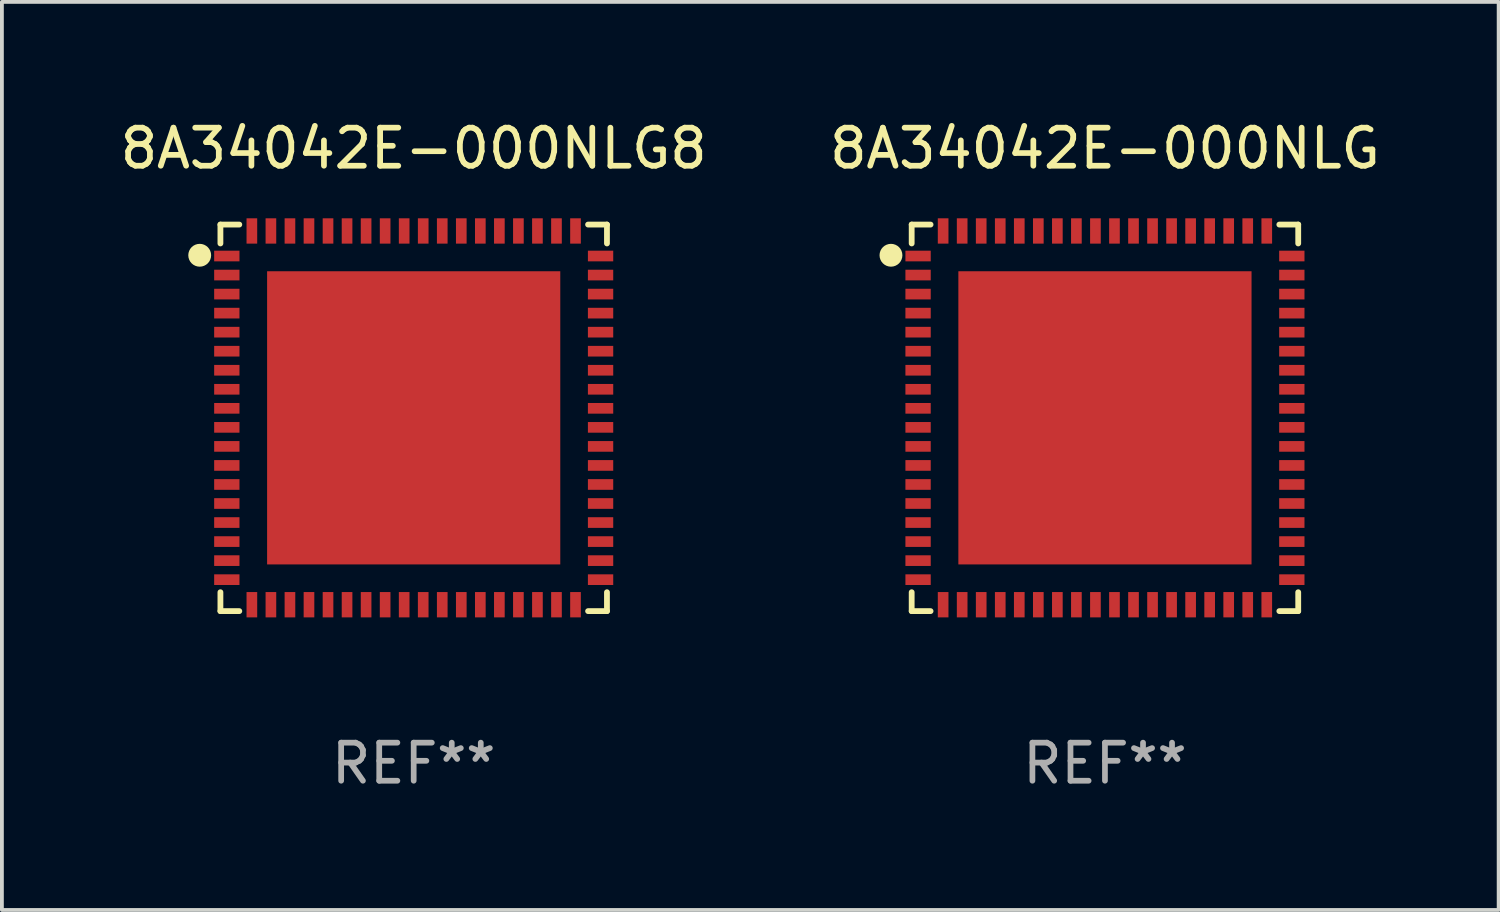
<source format=kicad_pcb>
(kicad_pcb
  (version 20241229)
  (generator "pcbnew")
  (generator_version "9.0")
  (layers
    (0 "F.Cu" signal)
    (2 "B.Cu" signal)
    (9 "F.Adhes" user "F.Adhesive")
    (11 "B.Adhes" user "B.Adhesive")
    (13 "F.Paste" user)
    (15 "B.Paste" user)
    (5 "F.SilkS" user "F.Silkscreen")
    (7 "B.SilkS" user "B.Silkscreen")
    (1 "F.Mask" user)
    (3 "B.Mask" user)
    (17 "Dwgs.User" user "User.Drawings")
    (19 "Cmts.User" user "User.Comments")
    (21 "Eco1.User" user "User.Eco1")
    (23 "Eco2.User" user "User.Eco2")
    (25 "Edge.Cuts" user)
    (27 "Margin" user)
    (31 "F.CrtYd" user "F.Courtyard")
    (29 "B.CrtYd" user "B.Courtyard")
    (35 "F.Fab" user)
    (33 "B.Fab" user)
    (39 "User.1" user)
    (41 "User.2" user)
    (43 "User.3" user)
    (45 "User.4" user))
  (footprint "8A34042E-000NLG8"
    (layer "F.Cu")
    (at 7.815 7.924)
    (property "Reference" "8A34042E-000NLG8" (at 0 -7.076 0) (layer "F.SilkS") (effects (font (size 1 1) (thickness 0.15))))
    (attr through_hole)
    (fp_line (start -5.076 -5.076) (end -5.076 -4.58) (stroke (width 0.152) (type solid)) (layer "F.SilkS"))
    (fp_line (start -5.076 5.076) (end -5.076 4.58) (stroke (width 0.152) (type solid)) (layer "F.SilkS"))
    (fp_line (start -4.58 -5.076) (end -5.076 -5.076) (stroke (width 0.152) (type solid)) (layer "F.SilkS"))
    (fp_line (start -4.58 5.076) (end -5.076 5.076) (stroke (width 0.152) (type solid)) (layer "F.SilkS"))
    (fp_line (start 4.58 -5.076) (end 5.076 -5.076) (stroke (width 0.152) (type solid)) (layer "F.SilkS"))
    (fp_line (start 4.58 5.076) (end 5.076 5.076) (stroke (width 0.152) (type solid)) (layer "F.SilkS"))
    (fp_line (start 5.076 -5.076) (end 5.076 -4.58) (stroke (width 0.152) (type solid)) (layer "F.SilkS"))
    (fp_line (start 5.076 5.076) (end 5.076 4.58) (stroke (width 0.152) (type solid)) (layer "F.SilkS"))
    (fp_circle (center -5.62 -4.27) (end -5.47 -4.27) (stroke (width 0.3) (type solid)) (fill no) (layer "F.SilkS"))
    (fp_text user "REF**" (at 0 9.076 0) (layer "F.Fab") (effects (font (size 1 1) (thickness 0.15))))
    (pad "1" smd rect (at -4.908 -4.25 270) (size 0.28 0.665) (layers "F.Cu" "F.Mask" "F.Paste"))
    (pad "2" smd rect (at -4.908 -3.75 270) (size 0.28 0.665) (layers "F.Cu" "F.Mask" "F.Paste"))
    (pad "3" smd rect (at -4.908 -3.25 270) (size 0.28 0.665) (layers "F.Cu" "F.Mask" "F.Paste"))
    (pad "4" smd rect (at -4.908 -2.75 270) (size 0.28 0.665) (layers "F.Cu" "F.Mask" "F.Paste"))
    (pad "5" smd rect (at -4.908 -2.25 270) (size 0.28 0.665) (layers "F.Cu" "F.Mask" "F.Paste"))
    (pad "6" smd rect (at -4.908 -1.75 270) (size 0.28 0.665) (layers "F.Cu" "F.Mask" "F.Paste"))
    (pad "7" smd rect (at -4.908 -1.25 270) (size 0.28 0.665) (layers "F.Cu" "F.Mask" "F.Paste"))
    (pad "8" smd rect (at -4.908 -0.75 270) (size 0.28 0.665) (layers "F.Cu" "F.Mask" "F.Paste"))
    (pad "9" smd rect (at -4.908 -0.25 270) (size 0.28 0.665) (layers "F.Cu" "F.Mask" "F.Paste"))
    (pad "10" smd rect (at -4.908 0.25 270) (size 0.28 0.665) (layers "F.Cu" "F.Mask" "F.Paste"))
    (pad "11" smd rect (at -4.908 0.75 270) (size 0.28 0.665) (layers "F.Cu" "F.Mask" "F.Paste"))
    (pad "12" smd rect (at -4.908 1.25 270) (size 0.28 0.665) (layers "F.Cu" "F.Mask" "F.Paste"))
    (pad "13" smd rect (at -4.908 1.75 270) (size 0.28 0.665) (layers "F.Cu" "F.Mask" "F.Paste"))
    (pad "14" smd rect (at -4.908 2.25 270) (size 0.28 0.665) (layers "F.Cu" "F.Mask" "F.Paste"))
    (pad "15" smd rect (at -4.908 2.75 270) (size 0.28 0.665) (layers "F.Cu" "F.Mask" "F.Paste"))
    (pad "16" smd rect (at -4.908 3.25 270) (size 0.28 0.665) (layers "F.Cu" "F.Mask" "F.Paste"))
    (pad "17" smd rect (at -4.908 3.75 270) (size 0.28 0.665) (layers "F.Cu" "F.Mask" "F.Paste"))
    (pad "18" smd rect (at -4.908 4.25 270) (size 0.28 0.665) (layers "F.Cu" "F.Mask" "F.Paste"))
    (pad "19" smd rect (at -4.25 4.908 270) (size 0.665 0.28) (layers "F.Cu" "F.Mask" "F.Paste"))
    (pad "20" smd rect (at -3.75 4.908 270) (size 0.665 0.28) (layers "F.Cu" "F.Mask" "F.Paste"))
    (pad "21" smd rect (at -3.25 4.908 270) (size 0.665 0.28) (layers "F.Cu" "F.Mask" "F.Paste"))
    (pad "22" smd rect (at -2.75 4.908 270) (size 0.665 0.28) (layers "F.Cu" "F.Mask" "F.Paste"))
    (pad "23" smd rect (at -2.25 4.908 270) (size 0.665 0.28) (layers "F.Cu" "F.Mask" "F.Paste"))
    (pad "24" smd rect (at -1.75 4.908 270) (size 0.665 0.28) (layers "F.Cu" "F.Mask" "F.Paste"))
    (pad "25" smd rect (at -1.25 4.908 270) (size 0.665 0.28) (layers "F.Cu" "F.Mask" "F.Paste"))
    (pad "26" smd rect (at -0.75 4.908 270) (size 0.665 0.28) (layers "F.Cu" "F.Mask" "F.Paste"))
    (pad "27" smd rect (at -0.25 4.908 270) (size 0.665 0.28) (layers "F.Cu" "F.Mask" "F.Paste"))
    (pad "28" smd rect (at 0.25 4.908 270) (size 0.665 0.28) (layers "F.Cu" "F.Mask" "F.Paste"))
    (pad "29" smd rect (at 0.75 4.908 270) (size 0.665 0.28) (layers "F.Cu" "F.Mask" "F.Paste"))
    (pad "30" smd rect (at 1.25 4.908 270) (size 0.665 0.28) (layers "F.Cu" "F.Mask" "F.Paste"))
    (pad "31" smd rect (at 1.75 4.908 270) (size 0.665 0.28) (layers "F.Cu" "F.Mask" "F.Paste"))
    (pad "32" smd rect (at 2.25 4.908 270) (size 0.665 0.28) (layers "F.Cu" "F.Mask" "F.Paste"))
    (pad "33" smd rect (at 2.75 4.908 270) (size 0.665 0.28) (layers "F.Cu" "F.Mask" "F.Paste"))
    (pad "34" smd rect (at 3.25 4.908 270) (size 0.665 0.28) (layers "F.Cu" "F.Mask" "F.Paste"))
    (pad "35" smd rect (at 3.75 4.908 270) (size 0.665 0.28) (layers "F.Cu" "F.Mask" "F.Paste"))
    (pad "36" smd rect (at 4.25 4.908 270) (size 0.665 0.28) (layers "F.Cu" "F.Mask" "F.Paste"))
    (pad "37" smd rect (at 4.908 4.25 270) (size 0.28 0.665) (layers "F.Cu" "F.Mask" "F.Paste"))
    (pad "38" smd rect (at 4.908 3.75 270) (size 0.28 0.665) (layers "F.Cu" "F.Mask" "F.Paste"))
    (pad "39" smd rect (at 4.908 3.25 270) (size 0.28 0.665) (layers "F.Cu" "F.Mask" "F.Paste"))
    (pad "40" smd rect (at 4.908 2.75 270) (size 0.28 0.665) (layers "F.Cu" "F.Mask" "F.Paste"))
    (pad "41" smd rect (at 4.908 2.25 270) (size 0.28 0.665) (layers "F.Cu" "F.Mask" "F.Paste"))
    (pad "42" smd rect (at 4.908 1.75 270) (size 0.28 0.665) (layers "F.Cu" "F.Mask" "F.Paste"))
    (pad "43" smd rect (at 4.908 1.25 270) (size 0.28 0.665) (layers "F.Cu" "F.Mask" "F.Paste"))
    (pad "44" smd rect (at 4.908 0.75 270) (size 0.28 0.665) (layers "F.Cu" "F.Mask" "F.Paste"))
    (pad "45" smd rect (at 4.908 0.25 270) (size 0.28 0.665) (layers "F.Cu" "F.Mask" "F.Paste"))
    (pad "46" smd rect (at 4.908 -0.25 270) (size 0.28 0.665) (layers "F.Cu" "F.Mask" "F.Paste"))
    (pad "47" smd rect (at 4.908 -0.75 270) (size 0.28 0.665) (layers "F.Cu" "F.Mask" "F.Paste"))
    (pad "48" smd rect (at 4.908 -1.25 270) (size 0.28 0.665) (layers "F.Cu" "F.Mask" "F.Paste"))
    (pad "49" smd rect (at 4.908 -1.75 270) (size 0.28 0.665) (layers "F.Cu" "F.Mask" "F.Paste"))
    (pad "50" smd rect (at 4.908 -2.25 270) (size 0.28 0.665) (layers "F.Cu" "F.Mask" "F.Paste"))
    (pad "51" smd rect (at 4.908 -2.75 270) (size 0.28 0.665) (layers "F.Cu" "F.Mask" "F.Paste"))
    (pad "52" smd rect (at 4.908 -3.25 270) (size 0.28 0.665) (layers "F.Cu" "F.Mask" "F.Paste"))
    (pad "53" smd rect (at 4.908 -3.75 270) (size 0.28 0.665) (layers "F.Cu" "F.Mask" "F.Paste"))
    (pad "54" smd rect (at 4.908 -4.25 270) (size 0.28 0.665) (layers "F.Cu" "F.Mask" "F.Paste"))
    (pad "55" smd rect (at 4.25 -4.908 270) (size 0.665 0.28) (layers "F.Cu" "F.Mask" "F.Paste"))
    (pad "56" smd rect (at 3.75 -4.908 270) (size 0.665 0.28) (layers "F.Cu" "F.Mask" "F.Paste"))
    (pad "57" smd rect (at 3.25 -4.908 270) (size 0.665 0.28) (layers "F.Cu" "F.Mask" "F.Paste"))
    (pad "58" smd rect (at 2.75 -4.908 270) (size 0.665 0.28) (layers "F.Cu" "F.Mask" "F.Paste"))
    (pad "59" smd rect (at 2.25 -4.908 270) (size 0.665 0.28) (layers "F.Cu" "F.Mask" "F.Paste"))
    (pad "60" smd rect (at 1.75 -4.908 270) (size 0.665 0.28) (layers "F.Cu" "F.Mask" "F.Paste"))
    (pad "61" smd rect (at 1.25 -4.908 270) (size 0.665 0.28) (layers "F.Cu" "F.Mask" "F.Paste"))
    (pad "62" smd rect (at 0.75 -4.908 270) (size 0.665 0.28) (layers "F.Cu" "F.Mask" "F.Paste"))
    (pad "63" smd rect (at 0.25 -4.908 270) (size 0.665 0.28) (layers "F.Cu" "F.Mask" "F.Paste"))
    (pad "64" smd rect (at -0.25 -4.908 270) (size 0.665 0.28) (layers "F.Cu" "F.Mask" "F.Paste"))
    (pad "65" smd rect (at -0.75 -4.908 270) (size 0.665 0.28) (layers "F.Cu" "F.Mask" "F.Paste"))
    (pad "66" smd rect (at -1.25 -4.908 270) (size 0.665 0.28) (layers "F.Cu" "F.Mask" "F.Paste"))
    (pad "67" smd rect (at -1.75 -4.908 270) (size 0.665 0.28) (layers "F.Cu" "F.Mask" "F.Paste"))
    (pad "68" smd rect (at -2.25 -4.908 270) (size 0.665 0.28) (layers "F.Cu" "F.Mask" "F.Paste"))
    (pad "69" smd rect (at -2.75 -4.908 270) (size 0.665 0.28) (layers "F.Cu" "F.Mask" "F.Paste"))
    (pad "70" smd rect (at -3.25 -4.908 270) (size 0.665 0.28) (layers "F.Cu" "F.Mask" "F.Paste"))
    (pad "71" smd rect (at -3.75 -4.908 270) (size 0.665 0.28) (layers "F.Cu" "F.Mask" "F.Paste"))
    (pad "72" smd rect (at -4.25 -4.908 270) (size 0.665 0.28) (layers "F.Cu" "F.Mask" "F.Paste"))
    (pad "73" smd rect (at 0 0 270) (size 7.7 7.7) (layers "F.Cu" "F.Mask" "F.Paste")))
  (footprint "8A34042E-000NLG"
    (layer "F.Cu")
    (at 25.97 7.924)
    (property "Reference" "8A34042E-000NLG" (at 0 -7.076 0) (layer "F.SilkS") (effects (font (size 1 1) (thickness 0.15))))
    (attr through_hole)
    (fp_line (start -5.076 -5.076) (end -5.076 -4.58) (stroke (width 0.152) (type solid)) (layer "F.SilkS"))
    (fp_line (start -5.076 5.076) (end -5.076 4.58) (stroke (width 0.152) (type solid)) (layer "F.SilkS"))
    (fp_line (start -4.58 -5.076) (end -5.076 -5.076) (stroke (width 0.152) (type solid)) (layer "F.SilkS"))
    (fp_line (start -4.58 5.076) (end -5.076 5.076) (stroke (width 0.152) (type solid)) (layer "F.SilkS"))
    (fp_line (start 4.58 -5.076) (end 5.076 -5.076) (stroke (width 0.152) (type solid)) (layer "F.SilkS"))
    (fp_line (start 4.58 5.076) (end 5.076 5.076) (stroke (width 0.152) (type solid)) (layer "F.SilkS"))
    (fp_line (start 5.076 -5.076) (end 5.076 -4.58) (stroke (width 0.152) (type solid)) (layer "F.SilkS"))
    (fp_line (start 5.076 5.076) (end 5.076 4.58) (stroke (width 0.152) (type solid)) (layer "F.SilkS"))
    (fp_circle (center -5.62 -4.27) (end -5.47 -4.27) (stroke (width 0.3) (type solid)) (fill no) (layer "F.SilkS"))
    (fp_text user "REF**" (at 0 9.076 0) (layer "F.Fab") (effects (font (size 1 1) (thickness 0.15))))
    (pad "1" smd rect (at -4.908 -4.25 270) (size 0.28 0.665) (layers "F.Cu" "F.Mask" "F.Paste"))
    (pad "2" smd rect (at -4.908 -3.75 270) (size 0.28 0.665) (layers "F.Cu" "F.Mask" "F.Paste"))
    (pad "3" smd rect (at -4.908 -3.25 270) (size 0.28 0.665) (layers "F.Cu" "F.Mask" "F.Paste"))
    (pad "4" smd rect (at -4.908 -2.75 270) (size 0.28 0.665) (layers "F.Cu" "F.Mask" "F.Paste"))
    (pad "5" smd rect (at -4.908 -2.25 270) (size 0.28 0.665) (layers "F.Cu" "F.Mask" "F.Paste"))
    (pad "6" smd rect (at -4.908 -1.75 270) (size 0.28 0.665) (layers "F.Cu" "F.Mask" "F.Paste"))
    (pad "7" smd rect (at -4.908 -1.25 270) (size 0.28 0.665) (layers "F.Cu" "F.Mask" "F.Paste"))
    (pad "8" smd rect (at -4.908 -0.75 270) (size 0.28 0.665) (layers "F.Cu" "F.Mask" "F.Paste"))
    (pad "9" smd rect (at -4.908 -0.25 270) (size 0.28 0.665) (layers "F.Cu" "F.Mask" "F.Paste"))
    (pad "10" smd rect (at -4.908 0.25 270) (size 0.28 0.665) (layers "F.Cu" "F.Mask" "F.Paste"))
    (pad "11" smd rect (at -4.908 0.75 270) (size 0.28 0.665) (layers "F.Cu" "F.Mask" "F.Paste"))
    (pad "12" smd rect (at -4.908 1.25 270) (size 0.28 0.665) (layers "F.Cu" "F.Mask" "F.Paste"))
    (pad "13" smd rect (at -4.908 1.75 270) (size 0.28 0.665) (layers "F.Cu" "F.Mask" "F.Paste"))
    (pad "14" smd rect (at -4.908 2.25 270) (size 0.28 0.665) (layers "F.Cu" "F.Mask" "F.Paste"))
    (pad "15" smd rect (at -4.908 2.75 270) (size 0.28 0.665) (layers "F.Cu" "F.Mask" "F.Paste"))
    (pad "16" smd rect (at -4.908 3.25 270) (size 0.28 0.665) (layers "F.Cu" "F.Mask" "F.Paste"))
    (pad "17" smd rect (at -4.908 3.75 270) (size 0.28 0.665) (layers "F.Cu" "F.Mask" "F.Paste"))
    (pad "18" smd rect (at -4.908 4.25 270) (size 0.28 0.665) (layers "F.Cu" "F.Mask" "F.Paste"))
    (pad "19" smd rect (at -4.25 4.908 270) (size 0.665 0.28) (layers "F.Cu" "F.Mask" "F.Paste"))
    (pad "20" smd rect (at -3.75 4.908 270) (size 0.665 0.28) (layers "F.Cu" "F.Mask" "F.Paste"))
    (pad "21" smd rect (at -3.25 4.908 270) (size 0.665 0.28) (layers "F.Cu" "F.Mask" "F.Paste"))
    (pad "22" smd rect (at -2.75 4.908 270) (size 0.665 0.28) (layers "F.Cu" "F.Mask" "F.Paste"))
    (pad "23" smd rect (at -2.25 4.908 270) (size 0.665 0.28) (layers "F.Cu" "F.Mask" "F.Paste"))
    (pad "24" smd rect (at -1.75 4.908 270) (size 0.665 0.28) (layers "F.Cu" "F.Mask" "F.Paste"))
    (pad "25" smd rect (at -1.25 4.908 270) (size 0.665 0.28) (layers "F.Cu" "F.Mask" "F.Paste"))
    (pad "26" smd rect (at -0.75 4.908 270) (size 0.665 0.28) (layers "F.Cu" "F.Mask" "F.Paste"))
    (pad "27" smd rect (at -0.25 4.908 270) (size 0.665 0.28) (layers "F.Cu" "F.Mask" "F.Paste"))
    (pad "28" smd rect (at 0.25 4.908 270) (size 0.665 0.28) (layers "F.Cu" "F.Mask" "F.Paste"))
    (pad "29" smd rect (at 0.75 4.908 270) (size 0.665 0.28) (layers "F.Cu" "F.Mask" "F.Paste"))
    (pad "30" smd rect (at 1.25 4.908 270) (size 0.665 0.28) (layers "F.Cu" "F.Mask" "F.Paste"))
    (pad "31" smd rect (at 1.75 4.908 270) (size 0.665 0.28) (layers "F.Cu" "F.Mask" "F.Paste"))
    (pad "32" smd rect (at 2.25 4.908 270) (size 0.665 0.28) (layers "F.Cu" "F.Mask" "F.Paste"))
    (pad "33" smd rect (at 2.75 4.908 270) (size 0.665 0.28) (layers "F.Cu" "F.Mask" "F.Paste"))
    (pad "34" smd rect (at 3.25 4.908 270) (size 0.665 0.28) (layers "F.Cu" "F.Mask" "F.Paste"))
    (pad "35" smd rect (at 3.75 4.908 270) (size 0.665 0.28) (layers "F.Cu" "F.Mask" "F.Paste"))
    (pad "36" smd rect (at 4.25 4.908 270) (size 0.665 0.28) (layers "F.Cu" "F.Mask" "F.Paste"))
    (pad "37" smd rect (at 4.908 4.25 270) (size 0.28 0.665) (layers "F.Cu" "F.Mask" "F.Paste"))
    (pad "38" smd rect (at 4.908 3.75 270) (size 0.28 0.665) (layers "F.Cu" "F.Mask" "F.Paste"))
    (pad "39" smd rect (at 4.908 3.25 270) (size 0.28 0.665) (layers "F.Cu" "F.Mask" "F.Paste"))
    (pad "40" smd rect (at 4.908 2.75 270) (size 0.28 0.665) (layers "F.Cu" "F.Mask" "F.Paste"))
    (pad "41" smd rect (at 4.908 2.25 270) (size 0.28 0.665) (layers "F.Cu" "F.Mask" "F.Paste"))
    (pad "42" smd rect (at 4.908 1.75 270) (size 0.28 0.665) (layers "F.Cu" "F.Mask" "F.Paste"))
    (pad "43" smd rect (at 4.908 1.25 270) (size 0.28 0.665) (layers "F.Cu" "F.Mask" "F.Paste"))
    (pad "44" smd rect (at 4.908 0.75 270) (size 0.28 0.665) (layers "F.Cu" "F.Mask" "F.Paste"))
    (pad "45" smd rect (at 4.908 0.25 270) (size 0.28 0.665) (layers "F.Cu" "F.Mask" "F.Paste"))
    (pad "46" smd rect (at 4.908 -0.25 270) (size 0.28 0.665) (layers "F.Cu" "F.Mask" "F.Paste"))
    (pad "47" smd rect (at 4.908 -0.75 270) (size 0.28 0.665) (layers "F.Cu" "F.Mask" "F.Paste"))
    (pad "48" smd rect (at 4.908 -1.25 270) (size 0.28 0.665) (layers "F.Cu" "F.Mask" "F.Paste"))
    (pad "49" smd rect (at 4.908 -1.75 270) (size 0.28 0.665) (layers "F.Cu" "F.Mask" "F.Paste"))
    (pad "50" smd rect (at 4.908 -2.25 270) (size 0.28 0.665) (layers "F.Cu" "F.Mask" "F.Paste"))
    (pad "51" smd rect (at 4.908 -2.75 270) (size 0.28 0.665) (layers "F.Cu" "F.Mask" "F.Paste"))
    (pad "52" smd rect (at 4.908 -3.25 270) (size 0.28 0.665) (layers "F.Cu" "F.Mask" "F.Paste"))
    (pad "53" smd rect (at 4.908 -3.75 270) (size 0.28 0.665) (layers "F.Cu" "F.Mask" "F.Paste"))
    (pad "54" smd rect (at 4.908 -4.25 270) (size 0.28 0.665) (layers "F.Cu" "F.Mask" "F.Paste"))
    (pad "55" smd rect (at 4.25 -4.908 270) (size 0.665 0.28) (layers "F.Cu" "F.Mask" "F.Paste"))
    (pad "56" smd rect (at 3.75 -4.908 270) (size 0.665 0.28) (layers "F.Cu" "F.Mask" "F.Paste"))
    (pad "57" smd rect (at 3.25 -4.908 270) (size 0.665 0.28) (layers "F.Cu" "F.Mask" "F.Paste"))
    (pad "58" smd rect (at 2.75 -4.908 270) (size 0.665 0.28) (layers "F.Cu" "F.Mask" "F.Paste"))
    (pad "59" smd rect (at 2.25 -4.908 270) (size 0.665 0.28) (layers "F.Cu" "F.Mask" "F.Paste"))
    (pad "60" smd rect (at 1.75 -4.908 270) (size 0.665 0.28) (layers "F.Cu" "F.Mask" "F.Paste"))
    (pad "61" smd rect (at 1.25 -4.908 270) (size 0.665 0.28) (layers "F.Cu" "F.Mask" "F.Paste"))
    (pad "62" smd rect (at 0.75 -4.908 270) (size 0.665 0.28) (layers "F.Cu" "F.Mask" "F.Paste"))
    (pad "63" smd rect (at 0.25 -4.908 270) (size 0.665 0.28) (layers "F.Cu" "F.Mask" "F.Paste"))
    (pad "64" smd rect (at -0.25 -4.908 270) (size 0.665 0.28) (layers "F.Cu" "F.Mask" "F.Paste"))
    (pad "65" smd rect (at -0.75 -4.908 270) (size 0.665 0.28) (layers "F.Cu" "F.Mask" "F.Paste"))
    (pad "66" smd rect (at -1.25 -4.908 270) (size 0.665 0.28) (layers "F.Cu" "F.Mask" "F.Paste"))
    (pad "67" smd rect (at -1.75 -4.908 270) (size 0.665 0.28) (layers "F.Cu" "F.Mask" "F.Paste"))
    (pad "68" smd rect (at -2.25 -4.908 270) (size 0.665 0.28) (layers "F.Cu" "F.Mask" "F.Paste"))
    (pad "69" smd rect (at -2.75 -4.908 270) (size 0.665 0.28) (layers "F.Cu" "F.Mask" "F.Paste"))
    (pad "70" smd rect (at -3.25 -4.908 270) (size 0.665 0.28) (layers "F.Cu" "F.Mask" "F.Paste"))
    (pad "71" smd rect (at -3.75 -4.908 270) (size 0.665 0.28) (layers "F.Cu" "F.Mask" "F.Paste"))
    (pad "72" smd rect (at -4.25 -4.908 270) (size 0.665 0.28) (layers "F.Cu" "F.Mask" "F.Paste"))
    (pad "73" smd rect (at 0 0 270) (size 7.7 7.7) (layers "F.Cu" "F.Mask" "F.Paste")))
  (gr_rect
    (start -3 -3)
    (end 36.31 20.849)
    (stroke (width 0.1) (type default))
    (fill no)
    (layer "Edge.Cuts")))
</source>
